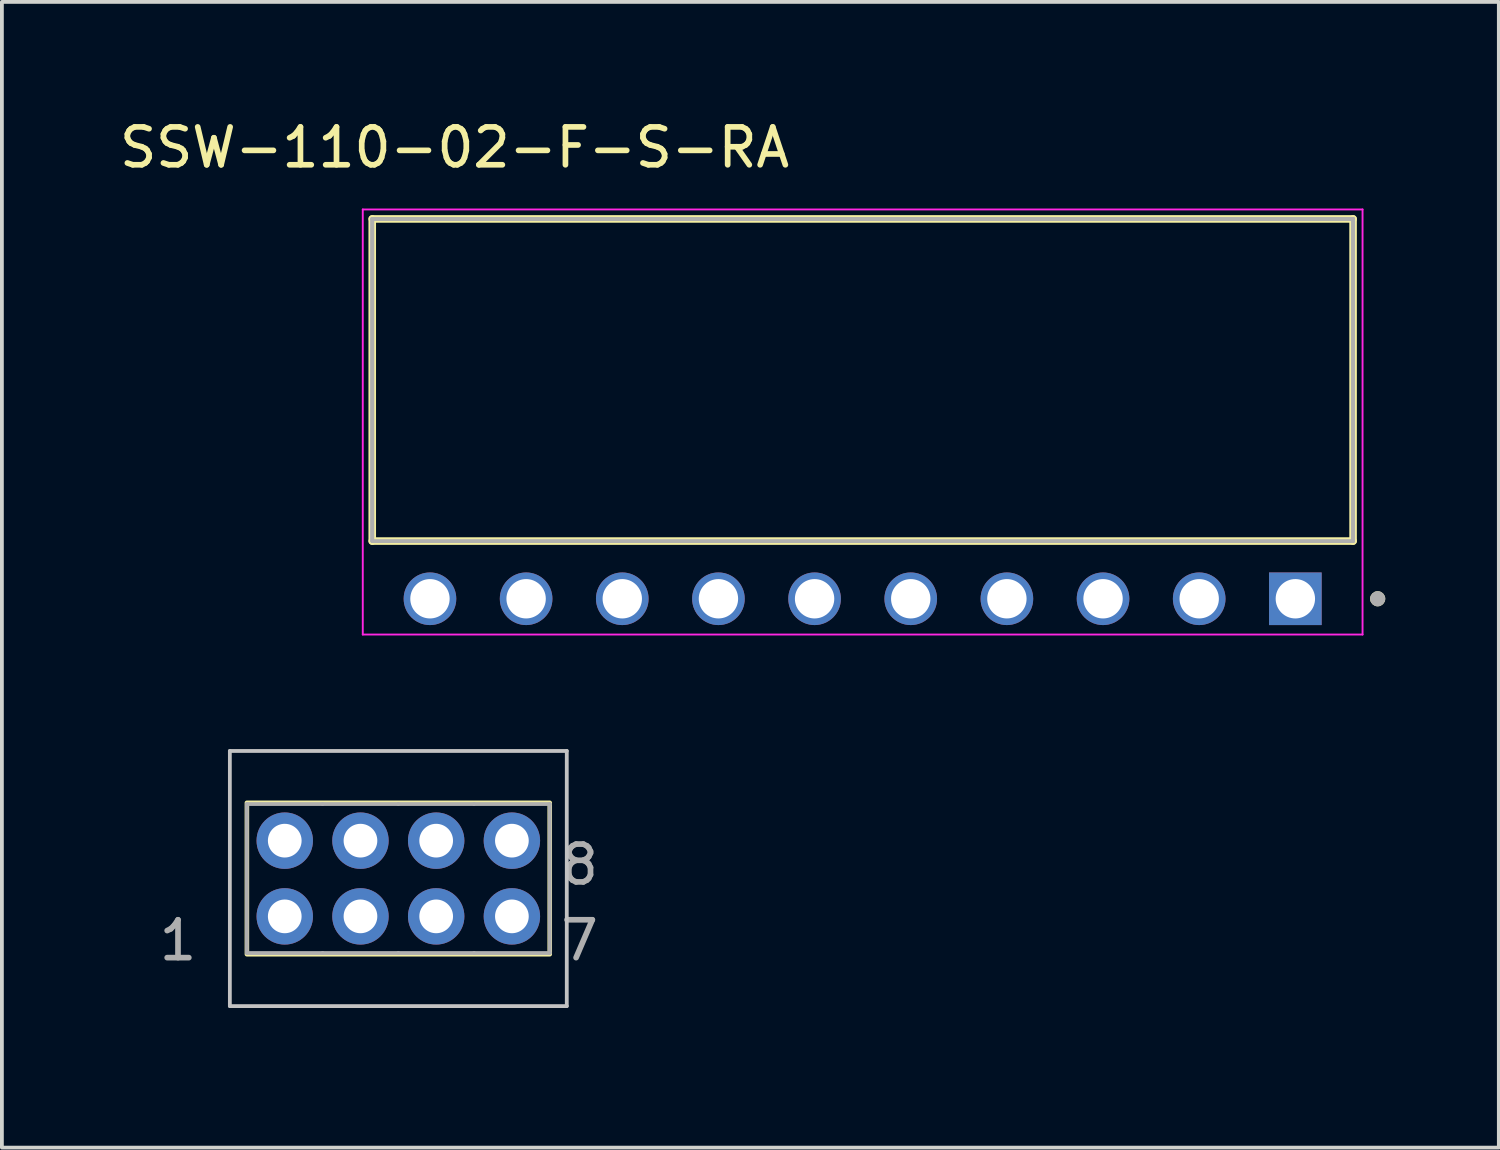
<source format=kicad_pcb>
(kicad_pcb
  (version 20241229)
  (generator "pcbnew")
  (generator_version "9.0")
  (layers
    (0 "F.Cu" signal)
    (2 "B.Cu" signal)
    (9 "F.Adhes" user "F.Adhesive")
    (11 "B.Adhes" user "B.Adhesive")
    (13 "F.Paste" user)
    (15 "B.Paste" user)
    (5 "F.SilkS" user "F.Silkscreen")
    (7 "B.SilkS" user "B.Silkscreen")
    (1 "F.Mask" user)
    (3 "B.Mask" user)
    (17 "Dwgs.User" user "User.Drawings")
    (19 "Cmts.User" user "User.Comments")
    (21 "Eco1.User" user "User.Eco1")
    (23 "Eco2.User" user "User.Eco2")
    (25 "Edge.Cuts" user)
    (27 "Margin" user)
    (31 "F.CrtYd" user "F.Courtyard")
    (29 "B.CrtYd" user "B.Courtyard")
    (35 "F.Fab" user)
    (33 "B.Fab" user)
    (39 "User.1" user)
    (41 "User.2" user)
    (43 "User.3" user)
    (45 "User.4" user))
  (footprint "TMM-104-01-X-D"
    (layer "F.Cu")
    (at 7.472 20.157)
    (property "Reference" "TMM-104-01-X-D" (at 0.01 3.26 0) (layer "User.2") (effects (font (size 1 1) (thickness 0.15))))
    (attr through_hole)
    (fp_circle (center -3 -1) (end -2.204 -1) (stroke (width 0) (type solid)) (fill yes) (layer "F.Mask"))
    (fp_circle (center -3 1) (end -2.204 1) (stroke (width 0) (type solid)) (fill yes) (layer "F.Mask"))
    (fp_circle (center -1 -1) (end -0.204 -1) (stroke (width 0) (type solid)) (fill yes) (layer "F.Mask"))
    (fp_circle (center -1 1) (end -0.204 1) (stroke (width 0) (type solid)) (fill yes) (layer "F.Mask"))
    (fp_circle (center 1 -1) (end 1.796 -1) (stroke (width 0) (type solid)) (fill yes) (layer "F.Mask"))
    (fp_circle (center 1 1) (end 1.796 1) (stroke (width 0) (type solid)) (fill yes) (layer "F.Mask"))
    (fp_circle (center 3 -1) (end 3.796 -1) (stroke (width 0) (type solid)) (fill yes) (layer "F.Mask"))
    (fp_circle (center 3 1) (end 3.796 1) (stroke (width 0) (type solid)) (fill yes) (layer "F.Mask"))
    (fp_circle (center -3 -1) (end -2.204 -1) (stroke (width 0) (type solid)) (fill yes) (layer "B.Mask"))
    (fp_circle (center -3 1) (end -2.204 1) (stroke (width 0) (type solid)) (fill yes) (layer "B.Mask"))
    (fp_circle (center -1 -1) (end -0.204 -1) (stroke (width 0) (type solid)) (fill yes) (layer "B.Mask"))
    (fp_circle (center -1 1) (end -0.204 1) (stroke (width 0) (type solid)) (fill yes) (layer "B.Mask"))
    (fp_circle (center 1 -1) (end 1.796 -1) (stroke (width 0) (type solid)) (fill yes) (layer "B.Mask"))
    (fp_circle (center 1 1) (end 1.796 1) (stroke (width 0) (type solid)) (fill yes) (layer "B.Mask"))
    (fp_circle (center 3 -1) (end 3.796 -1) (stroke (width 0) (type solid)) (fill yes) (layer "B.Mask"))
    (fp_circle (center 3 1) (end 3.796 1) (stroke (width 0) (type solid)) (fill yes) (layer "B.Mask"))
    (fp_rect (start -4 -2) (end 4 2) (stroke (width 0.12) (type default)) (fill no) (layer "F.SilkS"))
    (fp_line (start -4.45 -3.37) (end -4.45 3.37) (stroke (width 0.1) (type solid)) (layer "Dwgs.User"))
    (fp_line (start -4.45 3.37) (end 4.45 3.37) (stroke (width 0.1) (type solid)) (layer "Dwgs.User"))
    (fp_line (start 4.45 -3.37) (end -4.45 -3.37) (stroke (width 0.1) (type solid)) (layer "Dwgs.User"))
    (fp_line (start 4.45 3.37) (end 4.45 -3.37) (stroke (width 0.1) (type solid)) (layer "Dwgs.User"))
    (fp_line (start -4 -1.968) (end -2 -1.968) (stroke (width 0.1) (type solid)) (layer "F.Fab"))
    (fp_line (start -4 1.968) (end -4 -1.968) (stroke (width 0.1) (type solid)) (layer "F.Fab"))
    (fp_line (start -3.254 -1.254) (end -3.254 -0.746) (stroke (width 0.1) (type solid)) (layer "F.Fab"))
    (fp_line (start -3.254 -0.746) (end -2.746 -0.746) (stroke (width 0.1) (type solid)) (layer "F.Fab"))
    (fp_line (start -3.254 0.746) (end -3.254 1.254) (stroke (width 0.1) (type solid)) (layer "F.Fab"))
    (fp_line (start -3.254 1.254) (end -2.746 1.254) (stroke (width 0.1) (type solid)) (layer "F.Fab"))
    (fp_line (start -2.746 -1.254) (end -3.254 -1.254) (stroke (width 0.1) (type solid)) (layer "F.Fab"))
    (fp_line (start -2.746 -0.746) (end -2.746 -1.254) (stroke (width 0.1) (type solid)) (layer "F.Fab"))
    (fp_line (start -2.746 0.746) (end -3.254 0.746) (stroke (width 0.1) (type solid)) (layer "F.Fab"))
    (fp_line (start -2.746 1.254) (end -2.746 0.746) (stroke (width 0.1) (type solid)) (layer "F.Fab"))
    (fp_line (start -2 -1.968) (end 0 -1.968) (stroke (width 0.1) (type solid)) (layer "F.Fab"))
    (fp_line (start -2 1.968) (end -4 1.968) (stroke (width 0.1) (type solid)) (layer "F.Fab"))
    (fp_line (start -1.254 -1.254) (end -1.254 -0.746) (stroke (width 0.1) (type solid)) (layer "F.Fab"))
    (fp_line (start -1.254 -0.746) (end -0.746 -0.746) (stroke (width 0.1) (type solid)) (layer "F.Fab"))
    (fp_line (start -1.254 0.746) (end -1.254 1.254) (stroke (width 0.1) (type solid)) (layer "F.Fab"))
    (fp_line (start -1.254 1.254) (end -0.746 1.254) (stroke (width 0.1) (type solid)) (layer "F.Fab"))
    (fp_line (start -0.746 -1.254) (end -1.254 -1.254) (stroke (width 0.1) (type solid)) (layer "F.Fab"))
    (fp_line (start -0.746 -0.746) (end -0.746 -1.254) (stroke (width 0.1) (type solid)) (layer "F.Fab"))
    (fp_line (start -0.746 0.746) (end -1.254 0.746) (stroke (width 0.1) (type solid)) (layer "F.Fab"))
    (fp_line (start -0.746 1.254) (end -0.746 0.746) (stroke (width 0.1) (type solid)) (layer "F.Fab"))
    (fp_line (start 0 -1.968) (end 2 -1.968) (stroke (width 0.1) (type solid)) (layer "F.Fab"))
    (fp_line (start 0 1.968) (end -2 1.968) (stroke (width 0.1) (type solid)) (layer "F.Fab"))
    (fp_line (start 0.746 -1.254) (end 0.746 -0.746) (stroke (width 0.1) (type solid)) (layer "F.Fab"))
    (fp_line (start 0.746 -0.746) (end 1.254 -0.746) (stroke (width 0.1) (type solid)) (layer "F.Fab"))
    (fp_line (start 0.746 0.746) (end 0.746 1.254) (stroke (width 0.1) (type solid)) (layer "F.Fab"))
    (fp_line (start 0.746 1.254) (end 1.254 1.254) (stroke (width 0.1) (type solid)) (layer "F.Fab"))
    (fp_line (start 1.254 -1.254) (end 0.746 -1.254) (stroke (width 0.1) (type solid)) (layer "F.Fab"))
    (fp_line (start 1.254 -0.746) (end 1.254 -1.254) (stroke (width 0.1) (type solid)) (layer "F.Fab"))
    (fp_line (start 1.254 0.746) (end 0.746 0.746) (stroke (width 0.1) (type solid)) (layer "F.Fab"))
    (fp_line (start 1.254 1.254) (end 1.254 0.746) (stroke (width 0.1) (type solid)) (layer "F.Fab"))
    (fp_line (start 2 -1.968) (end 4 -1.968) (stroke (width 0.1) (type solid)) (layer "F.Fab"))
    (fp_line (start 2 1.968) (end 0 1.968) (stroke (width 0.1) (type solid)) (layer "F.Fab"))
    (fp_line (start 2.746 -1.254) (end 2.746 -0.746) (stroke (width 0.1) (type solid)) (layer "F.Fab"))
    (fp_line (start 2.746 -0.746) (end 3.254 -0.746) (stroke (width 0.1) (type solid)) (layer "F.Fab"))
    (fp_line (start 2.746 0.746) (end 2.746 1.254) (stroke (width 0.1) (type solid)) (layer "F.Fab"))
    (fp_line (start 2.746 1.254) (end 3.254 1.254) (stroke (width 0.1) (type solid)) (layer "F.Fab"))
    (fp_line (start 3.254 -1.254) (end 2.746 -1.254) (stroke (width 0.1) (type solid)) (layer "F.Fab"))
    (fp_line (start 3.254 -0.746) (end 3.254 -1.254) (stroke (width 0.1) (type solid)) (layer "F.Fab"))
    (fp_line (start 3.254 0.746) (end 2.746 0.746) (stroke (width 0.1) (type solid)) (layer "F.Fab"))
    (fp_line (start 3.254 1.254) (end 3.254 0.746) (stroke (width 0.1) (type solid)) (layer "F.Fab"))
    (fp_line (start 4 -1.968) (end 4 1.968) (stroke (width 0.1) (type solid)) (layer "F.Fab"))
    (fp_line (start 4 1.968) (end 2 1.968) (stroke (width 0.1) (type solid)) (layer "F.Fab"))
    (fp_text user "8" (at 4.791 -0.365 0) (layer "F.Fab") (effects (font (size 1 1) (thickness 0.15))))
    (fp_text user "7" (at 4.791 1.635 0) (layer "F.Fab") (effects (font (size 1 1) (thickness 0.15))))
    (fp_text user "1" (at -5.82 1.635 0) (layer "F.Fab") (effects (font (size 1 1) (thickness 0.15))))
    (pad "1" thru_hole circle (at -3 1) (size 1.49 1.49) (drill 0.89) (layers "*.Cu"))
    (pad "2" thru_hole circle (at -3 -1) (size 1.49 1.49) (drill 0.89) (layers "*.Cu"))
    (pad "3" thru_hole circle (at -1 1) (size 1.49 1.49) (drill 0.89) (layers "*.Cu"))
    (pad "4" thru_hole circle (at -1 -1) (size 1.49 1.49) (drill 0.89) (layers "*.Cu"))
    (pad "5" thru_hole circle (at 1 1) (size 1.49 1.49) (drill 0.89) (layers "*.Cu"))
    (pad "6" thru_hole circle (at 1 -1) (size 1.49 1.49) (drill 0.89) (layers "*.Cu"))
    (pad "7" thru_hole circle (at 3 1) (size 1.49 1.49) (drill 0.89) (layers "*.Cu"))
    (pad "8" thru_hole circle (at 3 -1) (size 1.49 1.49) (drill 0.89) (layers "*.Cu")))
  (footprint "SSW-110-02-F-S-RA"
    (layer "F.Cu")
    (at 31.168 12.767)
    (property "Reference" "SSW-110-02-F-S-RA" (at -22.21 -11.919 0) (layer "F.SilkS") (effects (font (size 1 1) (thickness 0.15))))
    (attr through_hole)
    (fp_line (start -24.385 -1.524) (end -24.385 -10.034) (stroke (width 0.2) (type solid)) (layer "F.SilkS"))
    (fp_line (start 1.525 -10.034) (end -24.385 -10.034) (stroke (width 0.2) (type solid)) (layer "F.SilkS"))
    (fp_line (start 1.525 -10.034) (end 1.525 -1.524) (stroke (width 0.2) (type solid)) (layer "F.SilkS"))
    (fp_line (start 1.525 -1.524) (end -24.385 -1.524) (stroke (width 0.2) (type solid)) (layer "F.SilkS"))
    (fp_circle (center 2.175 0) (end 2.275 0) (stroke (width 0.2) (type solid)) (fill no) (layer "F.SilkS"))
    (fp_line (start -24.635 -10.284) (end 1.775 -10.284) (stroke (width 0.05) (type solid)) (layer "F.CrtYd"))
    (fp_line (start -24.635 0.945) (end -24.635 -10.284) (stroke (width 0.05) (type solid)) (layer "F.CrtYd"))
    (fp_line (start 1.775 -10.284) (end 1.775 0.945) (stroke (width 0.05) (type solid)) (layer "F.CrtYd"))
    (fp_line (start 1.775 0.945) (end -24.635 0.945) (stroke (width 0.05) (type solid)) (layer "F.CrtYd"))
    (fp_line (start -24.385 -10.034) (end 1.525 -10.034) (stroke (width 0.1) (type solid)) (layer "F.Fab"))
    (fp_line (start -24.385 -10.034) (end 1.525 -10.034) (stroke (width 0.1) (type solid)) (layer "F.Fab"))
    (fp_line (start -24.385 -1.524) (end -24.385 -10.034) (stroke (width 0.1) (type solid)) (layer "F.Fab"))
    (fp_line (start -24.385 -1.524) (end -24.385 -10.034) (stroke (width 0.1) (type solid)) (layer "F.Fab"))
    (fp_line (start 1.525 -10.034) (end 1.525 -1.524) (stroke (width 0.1) (type solid)) (layer "F.Fab"))
    (fp_line (start 1.525 -10.034) (end 1.525 -1.524) (stroke (width 0.1) (type solid)) (layer "F.Fab"))
    (fp_line (start 1.525 -1.524) (end -24.385 -1.524) (stroke (width 0.1) (type solid)) (layer "F.Fab"))
    (fp_circle (center 2.175 0) (end 2.275 0) (stroke (width 0.2) (type solid)) (fill no) (layer "F.Fab"))
    (pad "01" thru_hole rect (at 0 0) (size 1.39 1.39) (drill 1.04) (layers "*.Cu" "*.Mask"))
    (pad "02" thru_hole circle (at -2.54 0) (size 1.39 1.39) (drill 1.04) (layers "*.Cu" "*.Mask"))
    (pad "03" thru_hole circle (at -5.08 0) (size 1.39 1.39) (drill 1.04) (layers "*.Cu" "*.Mask"))
    (pad "04" thru_hole circle (at -7.62 0) (size 1.39 1.39) (drill 1.04) (layers "*.Cu" "*.Mask"))
    (pad "05" thru_hole circle (at -10.16 0) (size 1.39 1.39) (drill 1.04) (layers "*.Cu" "*.Mask"))
    (pad "06" thru_hole circle (at -12.7 0) (size 1.39 1.39) (drill 1.04) (layers "*.Cu" "*.Mask"))
    (pad "07" thru_hole circle (at -15.24 0) (size 1.39 1.39) (drill 1.04) (layers "*.Cu" "*.Mask"))
    (pad "08" thru_hole circle (at -17.78 0) (size 1.39 1.39) (drill 1.04) (layers "*.Cu" "*.Mask"))
    (pad "09" thru_hole circle (at -20.32 0) (size 1.39 1.39) (drill 1.04) (layers "*.Cu" "*.Mask"))
    (pad "10" thru_hole circle (at -22.86 0) (size 1.39 1.39) (drill 1.04) (layers "*.Cu" "*.Mask")))
  (gr_rect
    (start -3 -3)
    (end 36.543 27.265)
    (stroke (width 0.1) (type default))
    (fill no)
    (layer "Edge.Cuts")))
</source>
